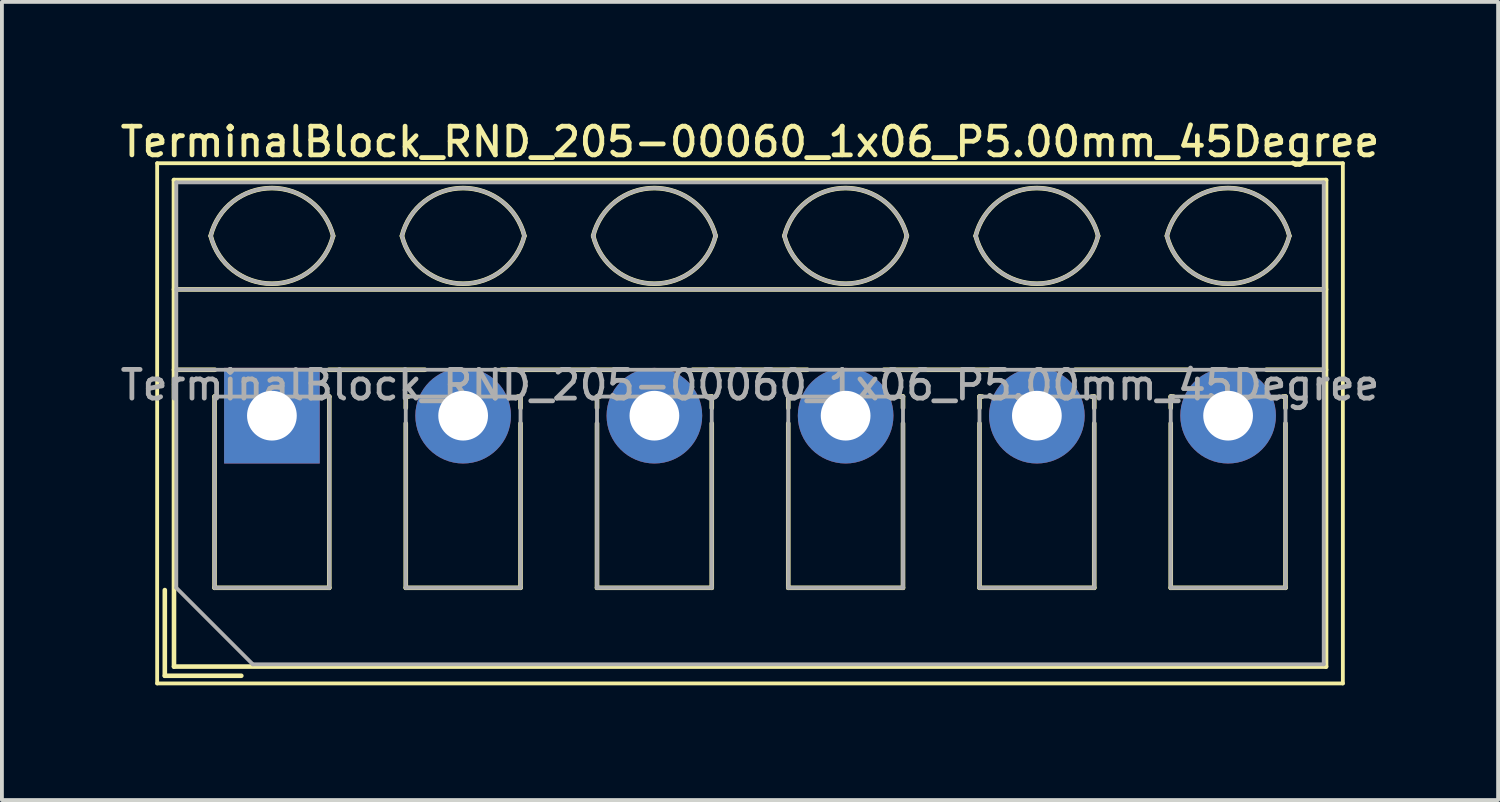
<source format=kicad_pcb>
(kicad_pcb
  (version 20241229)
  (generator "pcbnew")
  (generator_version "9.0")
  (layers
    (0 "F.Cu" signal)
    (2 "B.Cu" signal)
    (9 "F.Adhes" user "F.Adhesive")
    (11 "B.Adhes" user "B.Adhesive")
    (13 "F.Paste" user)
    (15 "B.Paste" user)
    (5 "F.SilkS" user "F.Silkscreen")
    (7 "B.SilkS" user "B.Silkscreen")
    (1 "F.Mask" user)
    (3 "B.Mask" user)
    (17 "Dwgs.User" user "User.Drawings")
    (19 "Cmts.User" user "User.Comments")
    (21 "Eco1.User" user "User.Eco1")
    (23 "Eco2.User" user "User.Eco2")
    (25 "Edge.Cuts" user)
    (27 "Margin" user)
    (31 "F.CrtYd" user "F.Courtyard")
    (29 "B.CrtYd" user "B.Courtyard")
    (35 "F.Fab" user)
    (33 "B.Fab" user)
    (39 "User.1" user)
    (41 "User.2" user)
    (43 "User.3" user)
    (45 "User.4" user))
  (footprint "TerminalBlock_RND_205-00060_1x06_P5.00mm_45Degree"
    (layer "F.Cu")
    (at 4.059 7.818)
    (property "Reference" "TerminalBlock_RND_205-00060_1x06_P5.00mm_45Degree" (at 12.5 -7.16 0) (layer "F.SilkS") (effects (font (size 0.75 0.75) (thickness 0.125))))
    (attr through_hole)
    (fp_line (start -3 -6.6) (end -3 7) (stroke (width 0.1) (type solid)) (layer "F.SilkS"))
    (fp_line (start -3 7) (end 28 7) (stroke (width 0.1) (type solid)) (layer "F.SilkS"))
    (fp_line (start -2.8 4.56) (end -2.8 6.8) (stroke (width 0.12) (type solid)) (layer "F.SilkS"))
    (fp_line (start -2.8 6.8) (end -0.8 6.8) (stroke (width 0.12) (type solid)) (layer "F.SilkS"))
    (fp_line (start -2.56 -6.16) (end -2.56 6.56) (stroke (width 0.12) (type solid)) (layer "F.SilkS"))
    (fp_line (start -2.56 -6.16) (end 27.56 -6.16) (stroke (width 0.12) (type solid)) (layer "F.SilkS"))
    (fp_line (start -2.56 -3.301) (end 27.56 -3.301) (stroke (width 0.12) (type solid)) (layer "F.SilkS"))
    (fp_line (start -2.56 -1.201) (end -1.49 -1.201) (stroke (width 0.12) (type solid)) (layer "F.SilkS"))
    (fp_line (start -2.56 6.56) (end 27.56 6.56) (stroke (width 0.12) (type solid)) (layer "F.SilkS"))
    (fp_line (start -1.5 -0.5) (end -1.5 4.5) (stroke (width 0.12) (type solid)) (layer "F.SilkS"))
    (fp_line (start -1.5 -0.5) (end -1.49 -0.5) (stroke (width 0.12) (type solid)) (layer "F.SilkS"))
    (fp_line (start -1.5 4.5) (end 1.5 4.5) (stroke (width 0.12) (type solid)) (layer "F.SilkS"))
    (fp_line (start 1.49 -1.201) (end 4 -1.201) (stroke (width 0.12) (type solid)) (layer "F.SilkS"))
    (fp_line (start 1.49 -0.5) (end 1.5 -0.5) (stroke (width 0.12) (type solid)) (layer "F.SilkS"))
    (fp_line (start 1.5 -0.5) (end 1.5 4.5) (stroke (width 0.12) (type solid)) (layer "F.SilkS"))
    (fp_line (start 3.5 -0.5) (end 3.5 -0.202) (stroke (width 0.12) (type solid)) (layer "F.SilkS"))
    (fp_line (start 3.5 -0.5) (end 3.57 -0.5) (stroke (width 0.12) (type solid)) (layer "F.SilkS"))
    (fp_line (start 3.5 0.202) (end 3.5 4.5) (stroke (width 0.12) (type solid)) (layer "F.SilkS"))
    (fp_line (start 3.5 4.5) (end 6.5 4.5) (stroke (width 0.12) (type solid)) (layer "F.SilkS"))
    (fp_line (start 6.001 -1.201) (end 9 -1.201) (stroke (width 0.12) (type solid)) (layer "F.SilkS"))
    (fp_line (start 6.431 -0.5) (end 6.5 -0.5) (stroke (width 0.12) (type solid)) (layer "F.SilkS"))
    (fp_line (start 6.5 -0.5) (end 6.5 -0.202) (stroke (width 0.12) (type solid)) (layer "F.SilkS"))
    (fp_line (start 6.5 0.202) (end 6.5 4.5) (stroke (width 0.12) (type solid)) (layer "F.SilkS"))
    (fp_line (start 8.5 -0.5) (end 8.5 -0.202) (stroke (width 0.12) (type solid)) (layer "F.SilkS"))
    (fp_line (start 8.5 -0.5) (end 8.57 -0.5) (stroke (width 0.12) (type solid)) (layer "F.SilkS"))
    (fp_line (start 8.5 0.202) (end 8.5 4.5) (stroke (width 0.12) (type solid)) (layer "F.SilkS"))
    (fp_line (start 8.5 4.5) (end 11.5 4.5) (stroke (width 0.12) (type solid)) (layer "F.SilkS"))
    (fp_line (start 11.001 -1.201) (end 14 -1.201) (stroke (width 0.12) (type solid)) (layer "F.SilkS"))
    (fp_line (start 11.431 -0.5) (end 11.5 -0.5) (stroke (width 0.12) (type solid)) (layer "F.SilkS"))
    (fp_line (start 11.5 -0.5) (end 11.5 -0.202) (stroke (width 0.12) (type solid)) (layer "F.SilkS"))
    (fp_line (start 11.5 0.202) (end 11.5 4.5) (stroke (width 0.12) (type solid)) (layer "F.SilkS"))
    (fp_line (start 13.5 -0.5) (end 13.5 -0.202) (stroke (width 0.12) (type solid)) (layer "F.SilkS"))
    (fp_line (start 13.5 -0.5) (end 13.57 -0.5) (stroke (width 0.12) (type solid)) (layer "F.SilkS"))
    (fp_line (start 13.5 0.202) (end 13.5 4.5) (stroke (width 0.12) (type solid)) (layer "F.SilkS"))
    (fp_line (start 13.5 4.5) (end 16.5 4.5) (stroke (width 0.12) (type solid)) (layer "F.SilkS"))
    (fp_line (start 16.001 -1.201) (end 19 -1.201) (stroke (width 0.12) (type solid)) (layer "F.SilkS"))
    (fp_line (start 16.431 -0.5) (end 16.5 -0.5) (stroke (width 0.12) (type solid)) (layer "F.SilkS"))
    (fp_line (start 16.5 -0.5) (end 16.5 -0.202) (stroke (width 0.12) (type solid)) (layer "F.SilkS"))
    (fp_line (start 16.5 0.202) (end 16.5 4.5) (stroke (width 0.12) (type solid)) (layer "F.SilkS"))
    (fp_line (start 18.5 -0.5) (end 18.5 -0.202) (stroke (width 0.12) (type solid)) (layer "F.SilkS"))
    (fp_line (start 18.5 -0.5) (end 18.57 -0.5) (stroke (width 0.12) (type solid)) (layer "F.SilkS"))
    (fp_line (start 18.5 0.202) (end 18.5 4.5) (stroke (width 0.12) (type solid)) (layer "F.SilkS"))
    (fp_line (start 18.5 4.5) (end 21.5 4.5) (stroke (width 0.12) (type solid)) (layer "F.SilkS"))
    (fp_line (start 21.001 -1.201) (end 24 -1.201) (stroke (width 0.12) (type solid)) (layer "F.SilkS"))
    (fp_line (start 21.431 -0.5) (end 21.5 -0.5) (stroke (width 0.12) (type solid)) (layer "F.SilkS"))
    (fp_line (start 21.5 -0.5) (end 21.5 -0.202) (stroke (width 0.12) (type solid)) (layer "F.SilkS"))
    (fp_line (start 21.5 0.202) (end 21.5 4.5) (stroke (width 0.12) (type solid)) (layer "F.SilkS"))
    (fp_line (start 23.5 -0.5) (end 23.5 -0.202) (stroke (width 0.12) (type solid)) (layer "F.SilkS"))
    (fp_line (start 23.5 -0.5) (end 23.57 -0.5) (stroke (width 0.12) (type solid)) (layer "F.SilkS"))
    (fp_line (start 23.5 0.202) (end 23.5 4.5) (stroke (width 0.12) (type solid)) (layer "F.SilkS"))
    (fp_line (start 23.5 4.5) (end 26.5 4.5) (stroke (width 0.12) (type solid)) (layer "F.SilkS"))
    (fp_line (start 26.001 -1.201) (end 27.56 -1.201) (stroke (width 0.12) (type solid)) (layer "F.SilkS"))
    (fp_line (start 26.431 -0.5) (end 26.5 -0.5) (stroke (width 0.12) (type solid)) (layer "F.SilkS"))
    (fp_line (start 26.5 -0.5) (end 26.5 -0.202) (stroke (width 0.12) (type solid)) (layer "F.SilkS"))
    (fp_line (start 26.5 0.202) (end 26.5 4.5) (stroke (width 0.12) (type solid)) (layer "F.SilkS"))
    (fp_line (start 27.56 -6.16) (end 27.56 6.56) (stroke (width 0.12) (type solid)) (layer "F.SilkS"))
    (fp_line (start 28 -6.6) (end -3 -6.6) (stroke (width 0.1) (type solid)) (layer "F.SilkS"))
    (fp_line (start 28 7) (end 28 -6.6) (stroke (width 0.1) (type solid)) (layer "F.SilkS"))
    (fp_arc (start -1.600914 -4.700344) (mid 0.000177 -5.95097) (end 1.601 -4.7) (stroke (width 0.12) (type solid)) (layer "F.SilkS"))
    (fp_arc (start 1.6 -4.7) (mid -0.000064 -3.45) (end -1.600031 -4.700125) (stroke (width 0.12) (type solid)) (layer "F.SilkS"))
    (fp_arc (start 3.399086 -4.700344) (mid 5.000177 -5.95097) (end 6.601 -4.7) (stroke (width 0.12) (type solid)) (layer "F.SilkS"))
    (fp_arc (start 6.6 -4.7) (mid 4.999936 -3.45) (end 3.399969 -4.700125) (stroke (width 0.12) (type solid)) (layer "F.SilkS"))
    (fp_arc (start 8.399086 -4.700344) (mid 10.000177 -5.95097) (end 11.601 -4.7) (stroke (width 0.12) (type solid)) (layer "F.SilkS"))
    (fp_arc (start 11.6 -4.7) (mid 9.999936 -3.45) (end 8.399969 -4.700125) (stroke (width 0.12) (type solid)) (layer "F.SilkS"))
    (fp_arc (start 13.399086 -4.700344) (mid 15.000177 -5.95097) (end 16.601 -4.7) (stroke (width 0.12) (type solid)) (layer "F.SilkS"))
    (fp_arc (start 16.6 -4.7) (mid 14.999936 -3.45) (end 13.399969 -4.700125) (stroke (width 0.12) (type solid)) (layer "F.SilkS"))
    (fp_arc (start 18.399086 -4.700344) (mid 20.000177 -5.95097) (end 21.601 -4.7) (stroke (width 0.12) (type solid)) (layer "F.SilkS"))
    (fp_arc (start 21.6 -4.7) (mid 19.999936 -3.45) (end 18.399969 -4.700125) (stroke (width 0.12) (type solid)) (layer "F.SilkS"))
    (fp_arc (start 23.399086 -4.700344) (mid 25.000177 -5.95097) (end 26.601 -4.7) (stroke (width 0.12) (type solid)) (layer "F.SilkS"))
    (fp_arc (start 26.6 -4.7) (mid 24.999936 -3.45) (end 23.399969 -4.700125) (stroke (width 0.12) (type solid)) (layer "F.SilkS"))
    (fp_line (start -2.5 -6.1) (end 27.5 -6.1) (stroke (width 0.1) (type solid)) (layer "F.Fab"))
    (fp_line (start -2.5 -3.3) (end 27.5 -3.3) (stroke (width 0.1) (type solid)) (layer "F.Fab"))
    (fp_line (start -2.5 -1.2) (end 27.5 -1.2) (stroke (width 0.1) (type solid)) (layer "F.Fab"))
    (fp_line (start -2.5 4.5) (end -2.5 -6.1) (stroke (width 0.1) (type solid)) (layer "F.Fab"))
    (fp_line (start -1.5 -0.5) (end -1.5 4.5) (stroke (width 0.1) (type solid)) (layer "F.Fab"))
    (fp_line (start -1.5 4.5) (end 1.5 4.5) (stroke (width 0.1) (type solid)) (layer "F.Fab"))
    (fp_line (start -0.5 6.5) (end -2.5 4.5) (stroke (width 0.1) (type solid)) (layer "F.Fab"))
    (fp_line (start 1.5 -0.5) (end -1.5 -0.5) (stroke (width 0.1) (type solid)) (layer "F.Fab"))
    (fp_line (start 1.5 4.5) (end 1.5 -0.5) (stroke (width 0.1) (type solid)) (layer "F.Fab"))
    (fp_line (start 3.5 -0.5) (end 3.5 4.5) (stroke (width 0.1) (type solid)) (layer "F.Fab"))
    (fp_line (start 3.5 4.5) (end 6.5 4.5) (stroke (width 0.1) (type solid)) (layer "F.Fab"))
    (fp_line (start 6.5 -0.5) (end 3.5 -0.5) (stroke (width 0.1) (type solid)) (layer "F.Fab"))
    (fp_line (start 6.5 4.5) (end 6.5 -0.5) (stroke (width 0.1) (type solid)) (layer "F.Fab"))
    (fp_line (start 8.5 -0.5) (end 8.5 4.5) (stroke (width 0.1) (type solid)) (layer "F.Fab"))
    (fp_line (start 8.5 4.5) (end 11.5 4.5) (stroke (width 0.1) (type solid)) (layer "F.Fab"))
    (fp_line (start 11.5 -0.5) (end 8.5 -0.5) (stroke (width 0.1) (type solid)) (layer "F.Fab"))
    (fp_line (start 11.5 4.5) (end 11.5 -0.5) (stroke (width 0.1) (type solid)) (layer "F.Fab"))
    (fp_line (start 13.5 -0.5) (end 13.5 4.5) (stroke (width 0.1) (type solid)) (layer "F.Fab"))
    (fp_line (start 13.5 4.5) (end 16.5 4.5) (stroke (width 0.1) (type solid)) (layer "F.Fab"))
    (fp_line (start 16.5 -0.5) (end 13.5 -0.5) (stroke (width 0.1) (type solid)) (layer "F.Fab"))
    (fp_line (start 16.5 4.5) (end 16.5 -0.5) (stroke (width 0.1) (type solid)) (layer "F.Fab"))
    (fp_line (start 18.5 -0.5) (end 18.5 4.5) (stroke (width 0.1) (type solid)) (layer "F.Fab"))
    (fp_line (start 18.5 4.5) (end 21.5 4.5) (stroke (width 0.1) (type solid)) (layer "F.Fab"))
    (fp_line (start 21.5 -0.5) (end 18.5 -0.5) (stroke (width 0.1) (type solid)) (layer "F.Fab"))
    (fp_line (start 21.5 4.5) (end 21.5 -0.5) (stroke (width 0.1) (type solid)) (layer "F.Fab"))
    (fp_line (start 23.5 -0.5) (end 23.5 4.5) (stroke (width 0.1) (type solid)) (layer "F.Fab"))
    (fp_line (start 23.5 4.5) (end 26.5 4.5) (stroke (width 0.1) (type solid)) (layer "F.Fab"))
    (fp_line (start 26.5 -0.5) (end 23.5 -0.5) (stroke (width 0.1) (type solid)) (layer "F.Fab"))
    (fp_line (start 26.5 4.5) (end 26.5 -0.5) (stroke (width 0.1) (type solid)) (layer "F.Fab"))
    (fp_line (start 27.5 -6.1) (end 27.5 6.5) (stroke (width 0.1) (type solid)) (layer "F.Fab"))
    (fp_line (start 27.5 6.5) (end -0.5 6.5) (stroke (width 0.1) (type solid)) (layer "F.Fab"))
    (fp_arc (start -1.600914 -4.700344) (mid 0.000177 -5.95097) (end 1.601 -4.7) (stroke (width 0.1) (type solid)) (layer "F.Fab"))
    (fp_arc (start 1.6 -4.7) (mid -0.000064 -3.45) (end -1.600031 -4.700125) (stroke (width 0.1) (type solid)) (layer "F.Fab"))
    (fp_arc (start 3.399086 -4.700344) (mid 5.000177 -5.95097) (end 6.601 -4.7) (stroke (width 0.1) (type solid)) (layer "F.Fab"))
    (fp_arc (start 6.6 -4.7) (mid 4.999936 -3.45) (end 3.399969 -4.700125) (stroke (width 0.1) (type solid)) (layer "F.Fab"))
    (fp_arc (start 8.399086 -4.700344) (mid 10.000177 -5.95097) (end 11.601 -4.7) (stroke (width 0.1) (type solid)) (layer "F.Fab"))
    (fp_arc (start 11.6 -4.7) (mid 9.999936 -3.45) (end 8.399969 -4.700125) (stroke (width 0.1) (type solid)) (layer "F.Fab"))
    (fp_arc (start 13.399086 -4.700344) (mid 15.000177 -5.95097) (end 16.601 -4.7) (stroke (width 0.1) (type solid)) (layer "F.Fab"))
    (fp_arc (start 16.6 -4.7) (mid 14.999936 -3.45) (end 13.399969 -4.700125) (stroke (width 0.1) (type solid)) (layer "F.Fab"))
    (fp_arc (start 18.399086 -4.700344) (mid 20.000177 -5.95097) (end 21.601 -4.7) (stroke (width 0.1) (type solid)) (layer "F.Fab"))
    (fp_arc (start 21.6 -4.7) (mid 19.999936 -3.45) (end 18.399969 -4.700125) (stroke (width 0.1) (type solid)) (layer "F.Fab"))
    (fp_arc (start 23.399086 -4.700344) (mid 25.000177 -5.95097) (end 26.601 -4.7) (stroke (width 0.1) (type solid)) (layer "F.Fab"))
    (fp_arc (start 26.6 -4.7) (mid 24.999936 -3.45) (end 23.399969 -4.700125) (stroke (width 0.1) (type solid)) (layer "F.Fab"))
    (fp_text user "${REFERENCE}" (at 12.5 -0.8 0) (layer "F.Fab") (effects (font (size 0.75 0.75) (thickness 0.125))))
    (pad "1" thru_hole rect (at 0 0) (size 2.5 2.5) (drill 1.3) (layers "*.Cu" "*.Mask"))
    (pad "2" thru_hole circle (at 5 0) (size 2.5 2.5) (drill 1.3) (layers "*.Cu" "*.Mask"))
    (pad "3" thru_hole circle (at 10 0) (size 2.5 2.5) (drill 1.3) (layers "*.Cu" "*.Mask"))
    (pad "4" thru_hole circle (at 15 0) (size 2.5 2.5) (drill 1.3) (layers "*.Cu" "*.Mask"))
    (pad "5" thru_hole circle (at 20 0) (size 2.5 2.5) (drill 1.3) (layers "*.Cu" "*.Mask"))
    (pad "6" thru_hole circle (at 25 0) (size 2.5 2.5) (drill 1.3) (layers "*.Cu" "*.Mask")))
  (gr_rect
    (start -3 -3)
    (end 36.118 17.868)
    (stroke (width 0.1) (type default))
    (fill no)
    (layer "Edge.Cuts")))
</source>
